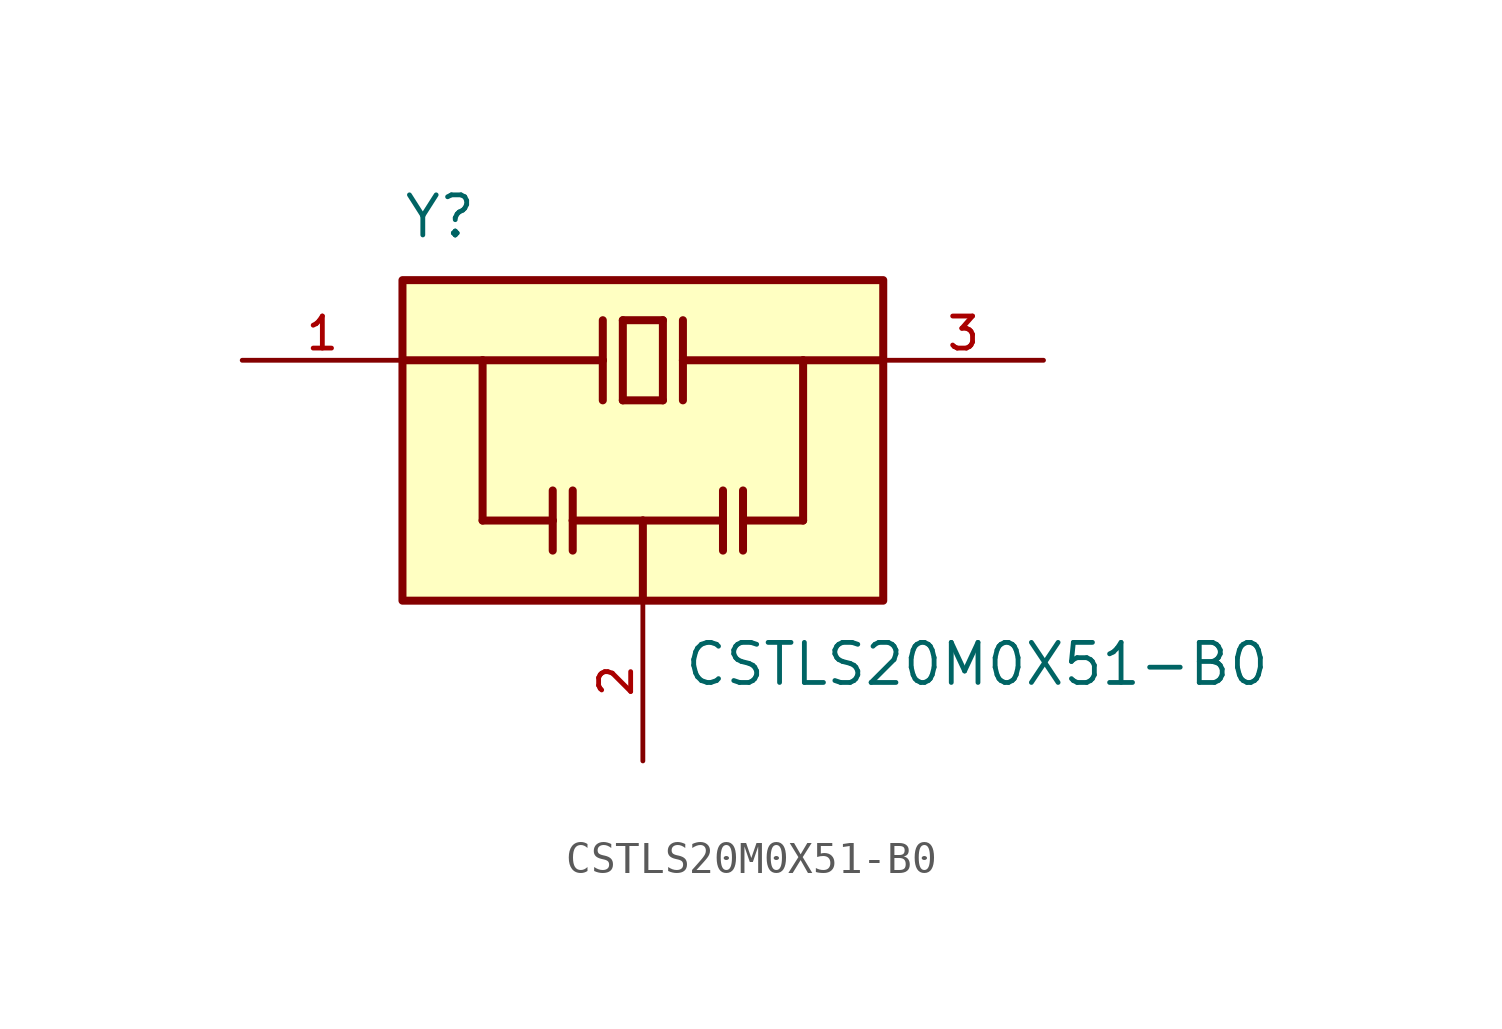
<source format=kicad_sym>
(kicad_symbol_lib
  (version 20211014)
  (generator kicad_symbol_editor)
  (symbol "CSTLS20M0X51-B0"
    (pin_names
      (offset 1.016))
    (property "Reference" "Y"
      (at -7.62 6.35 0)
      (effects (font (size 1.27 1.27)) (justify bottom left)))
    (property "Value" "CSTLS20M0X51-B0"
      (at 1.27 -6.35 0.0)
      (effects (font (size 1.27 1.27)) (justify top left)))
    (symbol "CSTLS20M0X51-B0_0_0"
      (polyline (pts (xy -1.27 3.81) (xy -1.27 2.54)) (stroke (width 0.254)))
      (polyline (pts (xy -1.27 2.54) (xy -1.27 1.27)) (stroke (width 0.254)))
      (polyline (pts (xy -0.635 1.27) (xy -0.635 3.81)) (stroke (width 0.254)))
      (polyline (pts (xy -0.635 3.81) (xy 0.635 3.81)) (stroke (width 0.254)))
      (polyline (pts (xy 0.635 3.81) (xy 0.635 1.27)) (stroke (width 0.254)))
      (polyline (pts (xy 0.635 1.27) (xy -0.635 1.27)) (stroke (width 0.254)))
      (polyline (pts (xy 1.27 3.81) (xy 1.27 2.54)) (stroke (width 0.254)))
      (polyline (pts (xy 1.27 2.54) (xy 1.27 1.27)) (stroke (width 0.254)))
      (polyline (pts (xy -2.857 -1.587) (xy -2.857 -2.54)) (stroke (width 0.254)))
      (polyline (pts (xy -2.857 -2.54) (xy -2.857 -3.493)) (stroke (width 0.254)))
      (polyline (pts (xy -2.223 -1.587) (xy -2.223 -2.54)) (stroke (width 0.254)))
      (polyline (pts (xy -2.223 -2.54) (xy -2.223 -3.493)) (stroke (width 0.254)))
      (polyline (pts (xy 2.54 -1.587) (xy 2.54 -2.54)) (stroke (width 0.254)))
      (polyline (pts (xy 2.54 -2.54) (xy 2.54 -3.493)) (stroke (width 0.254)))
      (polyline (pts (xy 3.175 -1.587) (xy 3.175 -2.54)) (stroke (width 0.254)))
      (polyline (pts (xy 3.175 -2.54) (xy 3.175 -3.493)) (stroke (width 0.254)))
      (polyline (pts (xy -7.62 2.54) (xy -5.08 2.54)) (stroke (width 0.254)))
      (polyline (pts (xy -5.08 2.54) (xy -1.27 2.54)) (stroke (width 0.254)))
      (polyline (pts (xy 1.27 2.54) (xy 5.08 2.54)) (stroke (width 0.254)))
      (polyline (pts (xy 5.08 2.54) (xy 7.62 2.54)) (stroke (width 0.254)))
      (polyline (pts (xy -2.857 -2.54) (xy -5.08 -2.54)) (stroke (width 0.254)))
      (polyline (pts (xy -5.08 -2.54) (xy -5.08 2.54)) (stroke (width 0.254)))
      (polyline (pts (xy 3.175 -2.54) (xy 5.08 -2.54)) (stroke (width 0.254)))
      (polyline (pts (xy 5.08 -2.54) (xy 5.08 2.54)) (stroke (width 0.254)))
      (polyline (pts (xy 0.0 -5.08) (xy 0.0 -2.54)) (stroke (width 0.254)))
      (polyline (pts (xy 0.0 -2.54) (xy -2.223 -2.54)) (stroke (width 0.254)))
      (polyline (pts (xy 0.0 -2.54) (xy 2.54 -2.54)) (stroke (width 0.254)))
      (rectangle (start -7.62 -5.08) (end 7.62 5.08) (stroke (width 0.254)) (fill (type background)))
      (pin input line (at -12.7 2.54 0) (length 5.08) (name "~" (effects (font (size 1.016 1.016)))) (number "1" (effects (font (size 1.016 1.016)))))
      (pin output line (at 12.7 2.54 180.0) (length 5.08) (name "~" (effects (font (size 1.016 1.016)))) (number "3" (effects (font (size 1.016 1.016)))))
      (pin power_in line (at 0.0 -10.16 90.0) (length 5.08) (name "~" (effects (font (size 1.016 1.016)))) (number "2" (effects (font (size 1.016 1.016))))))))
</source>
